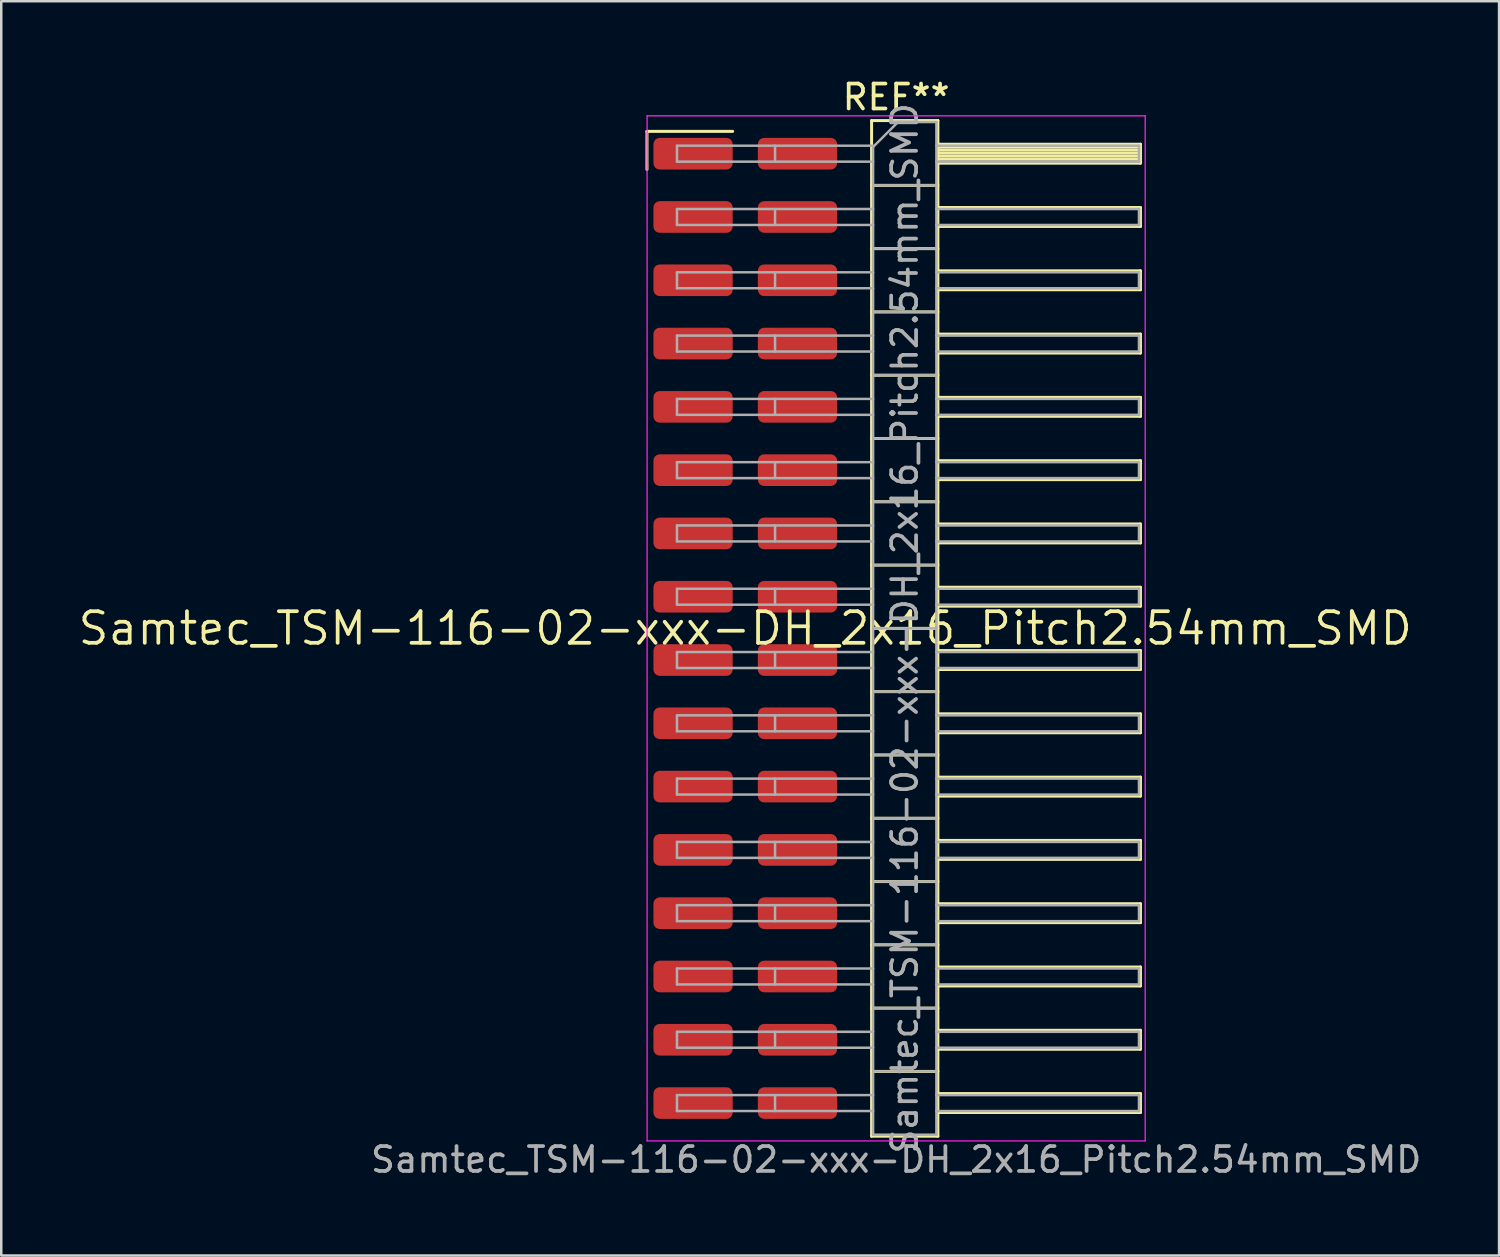
<source format=kicad_pcb>
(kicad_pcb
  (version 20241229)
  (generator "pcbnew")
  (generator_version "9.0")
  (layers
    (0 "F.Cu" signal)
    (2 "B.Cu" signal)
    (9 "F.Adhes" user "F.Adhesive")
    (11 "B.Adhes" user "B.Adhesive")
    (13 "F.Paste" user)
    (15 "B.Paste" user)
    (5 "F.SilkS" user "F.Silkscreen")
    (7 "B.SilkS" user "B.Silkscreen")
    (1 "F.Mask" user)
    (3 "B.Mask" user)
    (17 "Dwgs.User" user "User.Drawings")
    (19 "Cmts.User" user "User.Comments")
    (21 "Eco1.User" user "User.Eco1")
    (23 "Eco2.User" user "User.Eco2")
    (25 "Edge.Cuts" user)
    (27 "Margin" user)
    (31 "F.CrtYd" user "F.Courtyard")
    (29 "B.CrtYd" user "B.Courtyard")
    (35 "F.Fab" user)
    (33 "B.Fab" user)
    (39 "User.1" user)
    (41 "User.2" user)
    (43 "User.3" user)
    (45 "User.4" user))
  (footprint "Samtec_TSM-116-02-xxx-DH_2x16_Pitch2.54mm_SMD"
    (layer "F.Cu")
    (at 26.859 22.168)
    (property "Reference" "Samtec_TSM-116-02-xxx-DH_2x16_Pitch2.54mm_SMD" (at 0 0 0) (layer "F.SilkS") (effects (font (size 1.27 1.27) (thickness 0.15))))
    (attr smd)
    (fp_line (start -3.945 -19.945) (end -0.505 -19.945) (stroke (width 0.12) (type solid)) (layer "F.SilkS"))
    (fp_line (start -3.945 -18.415) (end -3.945 -19.945) (stroke (width 0.12) (type solid)) (layer "F.SilkS"))
    (fp_line (start 5.07 -20.38) (end 7.73 -20.38) (stroke (width 0.12) (type solid)) (layer "F.SilkS"))
    (fp_line (start 5.07 -17.78) (end 7.73 -17.78) (stroke (width 0.12) (type solid)) (layer "F.SilkS"))
    (fp_line (start 5.07 -15.24) (end 7.73 -15.24) (stroke (width 0.12) (type solid)) (layer "F.SilkS"))
    (fp_line (start 5.07 -12.7) (end 7.73 -12.7) (stroke (width 0.12) (type solid)) (layer "F.SilkS"))
    (fp_line (start 5.07 -10.16) (end 7.73 -10.16) (stroke (width 0.12) (type solid)) (layer "F.SilkS"))
    (fp_line (start 5.07 -7.62) (end 7.73 -7.62) (stroke (width 0.12) (type solid)) (layer "F.SilkS"))
    (fp_line (start 5.07 -5.08) (end 7.73 -5.08) (stroke (width 0.12) (type solid)) (layer "F.SilkS"))
    (fp_line (start 5.07 -2.54) (end 7.73 -2.54) (stroke (width 0.12) (type solid)) (layer "F.SilkS"))
    (fp_line (start 5.07 0) (end 7.73 0) (stroke (width 0.12) (type solid)) (layer "F.SilkS"))
    (fp_line (start 5.07 2.54) (end 7.73 2.54) (stroke (width 0.12) (type solid)) (layer "F.SilkS"))
    (fp_line (start 5.07 5.08) (end 7.73 5.08) (stroke (width 0.12) (type solid)) (layer "F.SilkS"))
    (fp_line (start 5.07 7.62) (end 7.73 7.62) (stroke (width 0.12) (type solid)) (layer "F.SilkS"))
    (fp_line (start 5.07 10.16) (end 7.73 10.16) (stroke (width 0.12) (type solid)) (layer "F.SilkS"))
    (fp_line (start 5.07 12.7) (end 7.73 12.7) (stroke (width 0.12) (type solid)) (layer "F.SilkS"))
    (fp_line (start 5.07 15.24) (end 7.73 15.24) (stroke (width 0.12) (type solid)) (layer "F.SilkS"))
    (fp_line (start 5.07 17.78) (end 7.73 17.78) (stroke (width 0.12) (type solid)) (layer "F.SilkS"))
    (fp_line (start 5.07 20.38) (end 5.07 -20.38) (stroke (width 0.12) (type solid)) (layer "F.SilkS"))
    (fp_line (start 7.73 -20.38) (end 7.73 20.38) (stroke (width 0.12) (type solid)) (layer "F.SilkS"))
    (fp_line (start 7.73 -19.43) (end 15.86 -19.43) (stroke (width 0.12) (type solid)) (layer "F.SilkS"))
    (fp_line (start 7.73 -19.31) (end 15.86 -19.31) (stroke (width 0.12) (type solid)) (layer "F.SilkS"))
    (fp_line (start 7.73 -19.19) (end 15.86 -19.19) (stroke (width 0.12) (type solid)) (layer "F.SilkS"))
    (fp_line (start 7.73 -19.07) (end 15.86 -19.07) (stroke (width 0.12) (type solid)) (layer "F.SilkS"))
    (fp_line (start 7.73 -18.95) (end 15.86 -18.95) (stroke (width 0.12) (type solid)) (layer "F.SilkS"))
    (fp_line (start 7.73 -18.83) (end 15.86 -18.83) (stroke (width 0.12) (type solid)) (layer "F.SilkS"))
    (fp_line (start 7.73 -18.71) (end 15.86 -18.71) (stroke (width 0.12) (type solid)) (layer "F.SilkS"))
    (fp_line (start 7.73 -18.67) (end 15.86 -18.67) (stroke (width 0.12) (type solid)) (layer "F.SilkS"))
    (fp_line (start 7.73 -16.89) (end 15.86 -16.89) (stroke (width 0.12) (type solid)) (layer "F.SilkS"))
    (fp_line (start 7.73 -16.13) (end 15.86 -16.13) (stroke (width 0.12) (type solid)) (layer "F.SilkS"))
    (fp_line (start 7.73 -14.35) (end 15.86 -14.35) (stroke (width 0.12) (type solid)) (layer "F.SilkS"))
    (fp_line (start 7.73 -13.59) (end 15.86 -13.59) (stroke (width 0.12) (type solid)) (layer "F.SilkS"))
    (fp_line (start 7.73 -11.81) (end 15.86 -11.81) (stroke (width 0.12) (type solid)) (layer "F.SilkS"))
    (fp_line (start 7.73 -11.05) (end 15.86 -11.05) (stroke (width 0.12) (type solid)) (layer "F.SilkS"))
    (fp_line (start 7.73 -9.27) (end 15.86 -9.27) (stroke (width 0.12) (type solid)) (layer "F.SilkS"))
    (fp_line (start 7.73 -8.51) (end 15.86 -8.51) (stroke (width 0.12) (type solid)) (layer "F.SilkS"))
    (fp_line (start 7.73 -6.73) (end 15.86 -6.73) (stroke (width 0.12) (type solid)) (layer "F.SilkS"))
    (fp_line (start 7.73 -5.97) (end 15.86 -5.97) (stroke (width 0.12) (type solid)) (layer "F.SilkS"))
    (fp_line (start 7.73 -4.19) (end 15.86 -4.19) (stroke (width 0.12) (type solid)) (layer "F.SilkS"))
    (fp_line (start 7.73 -3.43) (end 15.86 -3.43) (stroke (width 0.12) (type solid)) (layer "F.SilkS"))
    (fp_line (start 7.73 -1.65) (end 15.86 -1.65) (stroke (width 0.12) (type solid)) (layer "F.SilkS"))
    (fp_line (start 7.73 -0.89) (end 15.86 -0.89) (stroke (width 0.12) (type solid)) (layer "F.SilkS"))
    (fp_line (start 7.73 0.89) (end 15.86 0.89) (stroke (width 0.12) (type solid)) (layer "F.SilkS"))
    (fp_line (start 7.73 1.65) (end 15.86 1.65) (stroke (width 0.12) (type solid)) (layer "F.SilkS"))
    (fp_line (start 7.73 3.43) (end 15.86 3.43) (stroke (width 0.12) (type solid)) (layer "F.SilkS"))
    (fp_line (start 7.73 4.19) (end 15.86 4.19) (stroke (width 0.12) (type solid)) (layer "F.SilkS"))
    (fp_line (start 7.73 5.97) (end 15.86 5.97) (stroke (width 0.12) (type solid)) (layer "F.SilkS"))
    (fp_line (start 7.73 6.73) (end 15.86 6.73) (stroke (width 0.12) (type solid)) (layer "F.SilkS"))
    (fp_line (start 7.73 8.51) (end 15.86 8.51) (stroke (width 0.12) (type solid)) (layer "F.SilkS"))
    (fp_line (start 7.73 9.27) (end 15.86 9.27) (stroke (width 0.12) (type solid)) (layer "F.SilkS"))
    (fp_line (start 7.73 11.05) (end 15.86 11.05) (stroke (width 0.12) (type solid)) (layer "F.SilkS"))
    (fp_line (start 7.73 11.81) (end 15.86 11.81) (stroke (width 0.12) (type solid)) (layer "F.SilkS"))
    (fp_line (start 7.73 13.59) (end 15.86 13.59) (stroke (width 0.12) (type solid)) (layer "F.SilkS"))
    (fp_line (start 7.73 14.35) (end 15.86 14.35) (stroke (width 0.12) (type solid)) (layer "F.SilkS"))
    (fp_line (start 7.73 16.13) (end 15.86 16.13) (stroke (width 0.12) (type solid)) (layer "F.SilkS"))
    (fp_line (start 7.73 16.89) (end 15.86 16.89) (stroke (width 0.12) (type solid)) (layer "F.SilkS"))
    (fp_line (start 7.73 18.67) (end 15.86 18.67) (stroke (width 0.12) (type solid)) (layer "F.SilkS"))
    (fp_line (start 7.73 19.43) (end 15.86 19.43) (stroke (width 0.12) (type solid)) (layer "F.SilkS"))
    (fp_line (start 7.73 20.38) (end 5.07 20.38) (stroke (width 0.12) (type solid)) (layer "F.SilkS"))
    (fp_line (start 15.86 -19.43) (end 15.86 -18.67) (stroke (width 0.12) (type solid)) (layer "F.SilkS"))
    (fp_line (start 15.86 -16.89) (end 15.86 -16.13) (stroke (width 0.12) (type solid)) (layer "F.SilkS"))
    (fp_line (start 15.86 -14.35) (end 15.86 -13.59) (stroke (width 0.12) (type solid)) (layer "F.SilkS"))
    (fp_line (start 15.86 -11.81) (end 15.86 -11.05) (stroke (width 0.12) (type solid)) (layer "F.SilkS"))
    (fp_line (start 15.86 -9.27) (end 15.86 -8.51) (stroke (width 0.12) (type solid)) (layer "F.SilkS"))
    (fp_line (start 15.86 -6.73) (end 15.86 -5.97) (stroke (width 0.12) (type solid)) (layer "F.SilkS"))
    (fp_line (start 15.86 -4.19) (end 15.86 -3.43) (stroke (width 0.12) (type solid)) (layer "F.SilkS"))
    (fp_line (start 15.86 -1.65) (end 15.86 -0.89) (stroke (width 0.12) (type solid)) (layer "F.SilkS"))
    (fp_line (start 15.86 0.89) (end 15.86 1.65) (stroke (width 0.12) (type solid)) (layer "F.SilkS"))
    (fp_line (start 15.86 3.43) (end 15.86 4.19) (stroke (width 0.12) (type solid)) (layer "F.SilkS"))
    (fp_line (start 15.86 5.97) (end 15.86 6.73) (stroke (width 0.12) (type solid)) (layer "F.SilkS"))
    (fp_line (start 15.86 8.51) (end 15.86 9.27) (stroke (width 0.12) (type solid)) (layer "F.SilkS"))
    (fp_line (start 15.86 11.05) (end 15.86 11.81) (stroke (width 0.12) (type solid)) (layer "F.SilkS"))
    (fp_line (start 15.86 13.59) (end 15.86 14.35) (stroke (width 0.12) (type solid)) (layer "F.SilkS"))
    (fp_line (start 15.86 16.13) (end 15.86 16.89) (stroke (width 0.12) (type solid)) (layer "F.SilkS"))
    (fp_line (start 15.86 18.67) (end 15.86 19.43) (stroke (width 0.12) (type solid)) (layer "F.SilkS"))
    (fp_line (start -3.94 -20.57) (end 16.05 -20.57) (stroke (width 0.05) (type solid)) (layer "F.CrtYd"))
    (fp_line (start -3.94 20.57) (end -3.94 -20.57) (stroke (width 0.05) (type solid)) (layer "F.CrtYd"))
    (fp_line (start 16.05 -20.57) (end 16.05 20.57) (stroke (width 0.05) (type solid)) (layer "F.CrtYd"))
    (fp_line (start 16.05 20.57) (end -3.94 20.57) (stroke (width 0.05) (type solid)) (layer "F.CrtYd"))
    (fp_line (start -2.74 -19.37) (end -2.74 -18.73) (stroke (width 0.1) (type solid)) (layer "F.Fab"))
    (fp_line (start -2.74 -19.37) (end 5.13 -19.37) (stroke (width 0.1) (type solid)) (layer "F.Fab"))
    (fp_line (start -2.74 -18.73) (end 5.13 -18.73) (stroke (width 0.1) (type solid)) (layer "F.Fab"))
    (fp_line (start -2.74 -16.83) (end -2.74 -16.19) (stroke (width 0.1) (type solid)) (layer "F.Fab"))
    (fp_line (start -2.74 -16.83) (end 5.13 -16.83) (stroke (width 0.1) (type solid)) (layer "F.Fab"))
    (fp_line (start -2.74 -16.19) (end 5.13 -16.19) (stroke (width 0.1) (type solid)) (layer "F.Fab"))
    (fp_line (start -2.74 -14.29) (end -2.74 -13.65) (stroke (width 0.1) (type solid)) (layer "F.Fab"))
    (fp_line (start -2.74 -14.29) (end 5.13 -14.29) (stroke (width 0.1) (type solid)) (layer "F.Fab"))
    (fp_line (start -2.74 -13.65) (end 5.13 -13.65) (stroke (width 0.1) (type solid)) (layer "F.Fab"))
    (fp_line (start -2.74 -11.75) (end -2.74 -11.11) (stroke (width 0.1) (type solid)) (layer "F.Fab"))
    (fp_line (start -2.74 -11.75) (end 5.13 -11.75) (stroke (width 0.1) (type solid)) (layer "F.Fab"))
    (fp_line (start -2.74 -11.11) (end 5.13 -11.11) (stroke (width 0.1) (type solid)) (layer "F.Fab"))
    (fp_line (start -2.74 -9.21) (end -2.74 -8.57) (stroke (width 0.1) (type solid)) (layer "F.Fab"))
    (fp_line (start -2.74 -9.21) (end 5.13 -9.21) (stroke (width 0.1) (type solid)) (layer "F.Fab"))
    (fp_line (start -2.74 -8.57) (end 5.13 -8.57) (stroke (width 0.1) (type solid)) (layer "F.Fab"))
    (fp_line (start -2.74 -6.67) (end -2.74 -6.03) (stroke (width 0.1) (type solid)) (layer "F.Fab"))
    (fp_line (start -2.74 -6.67) (end 5.13 -6.67) (stroke (width 0.1) (type solid)) (layer "F.Fab"))
    (fp_line (start -2.74 -6.03) (end 5.13 -6.03) (stroke (width 0.1) (type solid)) (layer "F.Fab"))
    (fp_line (start -2.74 -4.13) (end -2.74 -3.49) (stroke (width 0.1) (type solid)) (layer "F.Fab"))
    (fp_line (start -2.74 -4.13) (end 5.13 -4.13) (stroke (width 0.1) (type solid)) (layer "F.Fab"))
    (fp_line (start -2.74 -3.49) (end 5.13 -3.49) (stroke (width 0.1) (type solid)) (layer "F.Fab"))
    (fp_line (start -2.74 -1.59) (end -2.74 -0.95) (stroke (width 0.1) (type solid)) (layer "F.Fab"))
    (fp_line (start -2.74 -1.59) (end 5.13 -1.59) (stroke (width 0.1) (type solid)) (layer "F.Fab"))
    (fp_line (start -2.74 -0.95) (end 5.13 -0.95) (stroke (width 0.1) (type solid)) (layer "F.Fab"))
    (fp_line (start -2.74 0.95) (end -2.74 1.59) (stroke (width 0.1) (type solid)) (layer "F.Fab"))
    (fp_line (start -2.74 0.95) (end 5.13 0.95) (stroke (width 0.1) (type solid)) (layer "F.Fab"))
    (fp_line (start -2.74 1.59) (end 5.13 1.59) (stroke (width 0.1) (type solid)) (layer "F.Fab"))
    (fp_line (start -2.74 3.49) (end -2.74 4.13) (stroke (width 0.1) (type solid)) (layer "F.Fab"))
    (fp_line (start -2.74 3.49) (end 5.13 3.49) (stroke (width 0.1) (type solid)) (layer "F.Fab"))
    (fp_line (start -2.74 4.13) (end 5.13 4.13) (stroke (width 0.1) (type solid)) (layer "F.Fab"))
    (fp_line (start -2.74 6.03) (end -2.74 6.67) (stroke (width 0.1) (type solid)) (layer "F.Fab"))
    (fp_line (start -2.74 6.03) (end 5.13 6.03) (stroke (width 0.1) (type solid)) (layer "F.Fab"))
    (fp_line (start -2.74 6.67) (end 5.13 6.67) (stroke (width 0.1) (type solid)) (layer "F.Fab"))
    (fp_line (start -2.74 8.57) (end -2.74 9.21) (stroke (width 0.1) (type solid)) (layer "F.Fab"))
    (fp_line (start -2.74 8.57) (end 5.13 8.57) (stroke (width 0.1) (type solid)) (layer "F.Fab"))
    (fp_line (start -2.74 9.21) (end 5.13 9.21) (stroke (width 0.1) (type solid)) (layer "F.Fab"))
    (fp_line (start -2.74 11.11) (end -2.74 11.75) (stroke (width 0.1) (type solid)) (layer "F.Fab"))
    (fp_line (start -2.74 11.11) (end 5.13 11.11) (stroke (width 0.1) (type solid)) (layer "F.Fab"))
    (fp_line (start -2.74 11.75) (end 5.13 11.75) (stroke (width 0.1) (type solid)) (layer "F.Fab"))
    (fp_line (start -2.74 13.65) (end -2.74 14.29) (stroke (width 0.1) (type solid)) (layer "F.Fab"))
    (fp_line (start -2.74 13.65) (end 5.13 13.65) (stroke (width 0.1) (type solid)) (layer "F.Fab"))
    (fp_line (start -2.74 14.29) (end 5.13 14.29) (stroke (width 0.1) (type solid)) (layer "F.Fab"))
    (fp_line (start -2.74 16.19) (end -2.74 16.83) (stroke (width 0.1) (type solid)) (layer "F.Fab"))
    (fp_line (start -2.74 16.19) (end 5.13 16.19) (stroke (width 0.1) (type solid)) (layer "F.Fab"))
    (fp_line (start -2.74 16.83) (end 5.13 16.83) (stroke (width 0.1) (type solid)) (layer "F.Fab"))
    (fp_line (start -2.74 18.73) (end -2.74 19.37) (stroke (width 0.1) (type solid)) (layer "F.Fab"))
    (fp_line (start -2.74 18.73) (end 5.13 18.73) (stroke (width 0.1) (type solid)) (layer "F.Fab"))
    (fp_line (start -2.74 19.37) (end 5.13 19.37) (stroke (width 0.1) (type solid)) (layer "F.Fab"))
    (fp_line (start 1.195 -19.37) (end 1.195 -18.73) (stroke (width 0.1) (type solid)) (layer "F.Fab"))
    (fp_line (start 1.195 -16.83) (end 1.195 -16.19) (stroke (width 0.1) (type solid)) (layer "F.Fab"))
    (fp_line (start 1.195 -14.29) (end 1.195 -13.65) (stroke (width 0.1) (type solid)) (layer "F.Fab"))
    (fp_line (start 1.195 -11.75) (end 1.195 -11.11) (stroke (width 0.1) (type solid)) (layer "F.Fab"))
    (fp_line (start 1.195 -9.21) (end 1.195 -8.57) (stroke (width 0.1) (type solid)) (layer "F.Fab"))
    (fp_line (start 1.195 -6.67) (end 1.195 -6.03) (stroke (width 0.1) (type solid)) (layer "F.Fab"))
    (fp_line (start 1.195 -4.13) (end 1.195 -3.49) (stroke (width 0.1) (type solid)) (layer "F.Fab"))
    (fp_line (start 1.195 -1.59) (end 1.195 -0.95) (stroke (width 0.1) (type solid)) (layer "F.Fab"))
    (fp_line (start 1.195 0.95) (end 1.195 1.59) (stroke (width 0.1) (type solid)) (layer "F.Fab"))
    (fp_line (start 1.195 3.49) (end 1.195 4.13) (stroke (width 0.1) (type solid)) (layer "F.Fab"))
    (fp_line (start 1.195 6.03) (end 1.195 6.67) (stroke (width 0.1) (type solid)) (layer "F.Fab"))
    (fp_line (start 1.195 8.57) (end 1.195 9.21) (stroke (width 0.1) (type solid)) (layer "F.Fab"))
    (fp_line (start 1.195 11.11) (end 1.195 11.75) (stroke (width 0.1) (type solid)) (layer "F.Fab"))
    (fp_line (start 1.195 13.65) (end 1.195 14.29) (stroke (width 0.1) (type solid)) (layer "F.Fab"))
    (fp_line (start 1.195 16.19) (end 1.195 16.83) (stroke (width 0.1) (type solid)) (layer "F.Fab"))
    (fp_line (start 1.195 18.73) (end 1.195 19.37) (stroke (width 0.1) (type solid)) (layer "F.Fab"))
    (fp_line (start 5.13 -19.32) (end 6.13 -20.32) (stroke (width 0.1) (type solid)) (layer "F.Fab"))
    (fp_line (start 5.13 -17.78) (end 7.67 -17.78) (stroke (width 0.1) (type solid)) (layer "F.Fab"))
    (fp_line (start 5.13 -15.24) (end 7.67 -15.24) (stroke (width 0.1) (type solid)) (layer "F.Fab"))
    (fp_line (start 5.13 -12.7) (end 7.67 -12.7) (stroke (width 0.1) (type solid)) (layer "F.Fab"))
    (fp_line (start 5.13 -10.16) (end 7.67 -10.16) (stroke (width 0.1) (type solid)) (layer "F.Fab"))
    (fp_line (start 5.13 -7.62) (end 7.67 -7.62) (stroke (width 0.1) (type solid)) (layer "F.Fab"))
    (fp_line (start 5.13 -5.08) (end 7.67 -5.08) (stroke (width 0.1) (type solid)) (layer "F.Fab"))
    (fp_line (start 5.13 -2.54) (end 7.67 -2.54) (stroke (width 0.1) (type solid)) (layer "F.Fab"))
    (fp_line (start 5.13 0) (end 7.67 0) (stroke (width 0.1) (type solid)) (layer "F.Fab"))
    (fp_line (start 5.13 2.54) (end 7.67 2.54) (stroke (width 0.1) (type solid)) (layer "F.Fab"))
    (fp_line (start 5.13 5.08) (end 7.67 5.08) (stroke (width 0.1) (type solid)) (layer "F.Fab"))
    (fp_line (start 5.13 7.62) (end 7.67 7.62) (stroke (width 0.1) (type solid)) (layer "F.Fab"))
    (fp_line (start 5.13 10.16) (end 7.67 10.16) (stroke (width 0.1) (type solid)) (layer "F.Fab"))
    (fp_line (start 5.13 12.7) (end 7.67 12.7) (stroke (width 0.1) (type solid)) (layer "F.Fab"))
    (fp_line (start 5.13 15.24) (end 7.67 15.24) (stroke (width 0.1) (type solid)) (layer "F.Fab"))
    (fp_line (start 5.13 17.78) (end 7.67 17.78) (stroke (width 0.1) (type solid)) (layer "F.Fab"))
    (fp_line (start 5.13 20.32) (end 5.13 -19.32) (stroke (width 0.1) (type solid)) (layer "F.Fab"))
    (fp_line (start 6.13 -20.32) (end 7.67 -20.32) (stroke (width 0.1) (type solid)) (layer "F.Fab"))
    (fp_line (start 7.67 -20.32) (end 7.67 20.32) (stroke (width 0.1) (type solid)) (layer "F.Fab"))
    (fp_line (start 7.67 -19.37) (end 15.8 -19.37) (stroke (width 0.1) (type solid)) (layer "F.Fab"))
    (fp_line (start 7.67 -18.73) (end 15.8 -18.73) (stroke (width 0.1) (type solid)) (layer "F.Fab"))
    (fp_line (start 7.67 -16.83) (end 15.8 -16.83) (stroke (width 0.1) (type solid)) (layer "F.Fab"))
    (fp_line (start 7.67 -16.19) (end 15.8 -16.19) (stroke (width 0.1) (type solid)) (layer "F.Fab"))
    (fp_line (start 7.67 -14.29) (end 15.8 -14.29) (stroke (width 0.1) (type solid)) (layer "F.Fab"))
    (fp_line (start 7.67 -13.65) (end 15.8 -13.65) (stroke (width 0.1) (type solid)) (layer "F.Fab"))
    (fp_line (start 7.67 -11.75) (end 15.8 -11.75) (stroke (width 0.1) (type solid)) (layer "F.Fab"))
    (fp_line (start 7.67 -11.11) (end 15.8 -11.11) (stroke (width 0.1) (type solid)) (layer "F.Fab"))
    (fp_line (start 7.67 -9.21) (end 15.8 -9.21) (stroke (width 0.1) (type solid)) (layer "F.Fab"))
    (fp_line (start 7.67 -8.57) (end 15.8 -8.57) (stroke (width 0.1) (type solid)) (layer "F.Fab"))
    (fp_line (start 7.67 -6.67) (end 15.8 -6.67) (stroke (width 0.1) (type solid)) (layer "F.Fab"))
    (fp_line (start 7.67 -6.03) (end 15.8 -6.03) (stroke (width 0.1) (type solid)) (layer "F.Fab"))
    (fp_line (start 7.67 -4.13) (end 15.8 -4.13) (stroke (width 0.1) (type solid)) (layer "F.Fab"))
    (fp_line (start 7.67 -3.49) (end 15.8 -3.49) (stroke (width 0.1) (type solid)) (layer "F.Fab"))
    (fp_line (start 7.67 -1.59) (end 15.8 -1.59) (stroke (width 0.1) (type solid)) (layer "F.Fab"))
    (fp_line (start 7.67 -0.95) (end 15.8 -0.95) (stroke (width 0.1) (type solid)) (layer "F.Fab"))
    (fp_line (start 7.67 0.95) (end 15.8 0.95) (stroke (width 0.1) (type solid)) (layer "F.Fab"))
    (fp_line (start 7.67 1.59) (end 15.8 1.59) (stroke (width 0.1) (type solid)) (layer "F.Fab"))
    (fp_line (start 7.67 3.49) (end 15.8 3.49) (stroke (width 0.1) (type solid)) (layer "F.Fab"))
    (fp_line (start 7.67 4.13) (end 15.8 4.13) (stroke (width 0.1) (type solid)) (layer "F.Fab"))
    (fp_line (start 7.67 6.03) (end 15.8 6.03) (stroke (width 0.1) (type solid)) (layer "F.Fab"))
    (fp_line (start 7.67 6.67) (end 15.8 6.67) (stroke (width 0.1) (type solid)) (layer "F.Fab"))
    (fp_line (start 7.67 8.57) (end 15.8 8.57) (stroke (width 0.1) (type solid)) (layer "F.Fab"))
    (fp_line (start 7.67 9.21) (end 15.8 9.21) (stroke (width 0.1) (type solid)) (layer "F.Fab"))
    (fp_line (start 7.67 11.11) (end 15.8 11.11) (stroke (width 0.1) (type solid)) (layer "F.Fab"))
    (fp_line (start 7.67 11.75) (end 15.8 11.75) (stroke (width 0.1) (type solid)) (layer "F.Fab"))
    (fp_line (start 7.67 13.65) (end 15.8 13.65) (stroke (width 0.1) (type solid)) (layer "F.Fab"))
    (fp_line (start 7.67 14.29) (end 15.8 14.29) (stroke (width 0.1) (type solid)) (layer "F.Fab"))
    (fp_line (start 7.67 16.19) (end 15.8 16.19) (stroke (width 0.1) (type solid)) (layer "F.Fab"))
    (fp_line (start 7.67 16.83) (end 15.8 16.83) (stroke (width 0.1) (type solid)) (layer "F.Fab"))
    (fp_line (start 7.67 18.73) (end 15.8 18.73) (stroke (width 0.1) (type solid)) (layer "F.Fab"))
    (fp_line (start 7.67 19.37) (end 15.8 19.37) (stroke (width 0.1) (type solid)) (layer "F.Fab"))
    (fp_line (start 7.67 20.32) (end 5.13 20.32) (stroke (width 0.1) (type solid)) (layer "F.Fab"))
    (fp_line (start 15.8 -19.37) (end 15.8 -18.73) (stroke (width 0.1) (type solid)) (layer "F.Fab"))
    (fp_line (start 15.8 -16.83) (end 15.8 -16.19) (stroke (width 0.1) (type solid)) (layer "F.Fab"))
    (fp_line (start 15.8 -14.29) (end 15.8 -13.65) (stroke (width 0.1) (type solid)) (layer "F.Fab"))
    (fp_line (start 15.8 -11.75) (end 15.8 -11.11) (stroke (width 0.1) (type solid)) (layer "F.Fab"))
    (fp_line (start 15.8 -9.21) (end 15.8 -8.57) (stroke (width 0.1) (type solid)) (layer "F.Fab"))
    (fp_line (start 15.8 -6.67) (end 15.8 -6.03) (stroke (width 0.1) (type solid)) (layer "F.Fab"))
    (fp_line (start 15.8 -4.13) (end 15.8 -3.49) (stroke (width 0.1) (type solid)) (layer "F.Fab"))
    (fp_line (start 15.8 -1.59) (end 15.8 -0.95) (stroke (width 0.1) (type solid)) (layer "F.Fab"))
    (fp_line (start 15.8 0.95) (end 15.8 1.59) (stroke (width 0.1) (type solid)) (layer "F.Fab"))
    (fp_line (start 15.8 3.49) (end 15.8 4.13) (stroke (width 0.1) (type solid)) (layer "F.Fab"))
    (fp_line (start 15.8 6.03) (end 15.8 6.67) (stroke (width 0.1) (type solid)) (layer "F.Fab"))
    (fp_line (start 15.8 8.57) (end 15.8 9.21) (stroke (width 0.1) (type solid)) (layer "F.Fab"))
    (fp_line (start 15.8 11.11) (end 15.8 11.75) (stroke (width 0.1) (type solid)) (layer "F.Fab"))
    (fp_line (start 15.8 13.65) (end 15.8 14.29) (stroke (width 0.1) (type solid)) (layer "F.Fab"))
    (fp_line (start 15.8 16.19) (end 15.8 16.83) (stroke (width 0.1) (type solid)) (layer "F.Fab"))
    (fp_line (start 15.8 18.73) (end 15.8 19.37) (stroke (width 0.1) (type solid)) (layer "F.Fab"))
    (fp_text user "REF**" (at 6.055 -21.32 0) (layer "F.SilkS") (effects (font (size 1 1) (thickness 0.15))))
    (fp_text user "${REFERENCE}" (at 6.4 0 90) (layer "F.Fab") (effects (font (size 1 1) (thickness 0.15))))
    (fp_text user "Samtec_TSM-116-02-xxx-DH_2x16_Pitch2.54mm_SMD" (at 6.055 21.32 0) (layer "F.Fab") (effects (font (size 1 1) (thickness 0.15))))
    (pad "1" smd roundrect (at -2.095 -19.05) (size 3.18 1.27) (layers "F.Cu" "F.Mask" "F.Paste") (roundrect_rratio 0.197))
    (pad "2" smd roundrect (at 2.095 -19.05) (size 3.18 1.27) (layers "F.Cu" "F.Mask" "F.Paste") (roundrect_rratio 0.197))
    (pad "3" smd roundrect (at -2.095 -16.51) (size 3.18 1.27) (layers "F.Cu" "F.Mask" "F.Paste") (roundrect_rratio 0.197))
    (pad "4" smd roundrect (at 2.095 -16.51) (size 3.18 1.27) (layers "F.Cu" "F.Mask" "F.Paste") (roundrect_rratio 0.197))
    (pad "5" smd roundrect (at -2.095 -13.97) (size 3.18 1.27) (layers "F.Cu" "F.Mask" "F.Paste") (roundrect_rratio 0.197))
    (pad "6" smd roundrect (at 2.095 -13.97) (size 3.18 1.27) (layers "F.Cu" "F.Mask" "F.Paste") (roundrect_rratio 0.197))
    (pad "7" smd roundrect (at -2.095 -11.43) (size 3.18 1.27) (layers "F.Cu" "F.Mask" "F.Paste") (roundrect_rratio 0.197))
    (pad "8" smd roundrect (at 2.095 -11.43) (size 3.18 1.27) (layers "F.Cu" "F.Mask" "F.Paste") (roundrect_rratio 0.197))
    (pad "9" smd roundrect (at -2.095 -8.89) (size 3.18 1.27) (layers "F.Cu" "F.Mask" "F.Paste") (roundrect_rratio 0.197))
    (pad "10" smd roundrect (at 2.095 -8.89) (size 3.18 1.27) (layers "F.Cu" "F.Mask" "F.Paste") (roundrect_rratio 0.197))
    (pad "11" smd roundrect (at -2.095 -6.35) (size 3.18 1.27) (layers "F.Cu" "F.Mask" "F.Paste") (roundrect_rratio 0.197))
    (pad "12" smd roundrect (at 2.095 -6.35) (size 3.18 1.27) (layers "F.Cu" "F.Mask" "F.Paste") (roundrect_rratio 0.197))
    (pad "13" smd roundrect (at -2.095 -3.81) (size 3.18 1.27) (layers "F.Cu" "F.Mask" "F.Paste") (roundrect_rratio 0.197))
    (pad "14" smd roundrect (at 2.095 -3.81) (size 3.18 1.27) (layers "F.Cu" "F.Mask" "F.Paste") (roundrect_rratio 0.197))
    (pad "15" smd roundrect (at -2.095 -1.27) (size 3.18 1.27) (layers "F.Cu" "F.Mask" "F.Paste") (roundrect_rratio 0.197))
    (pad "16" smd roundrect (at 2.095 -1.27) (size 3.18 1.27) (layers "F.Cu" "F.Mask" "F.Paste") (roundrect_rratio 0.197))
    (pad "17" smd roundrect (at -2.095 1.27) (size 3.18 1.27) (layers "F.Cu" "F.Mask" "F.Paste") (roundrect_rratio 0.197))
    (pad "18" smd roundrect (at 2.095 1.27) (size 3.18 1.27) (layers "F.Cu" "F.Mask" "F.Paste") (roundrect_rratio 0.197))
    (pad "19" smd roundrect (at -2.095 3.81) (size 3.18 1.27) (layers "F.Cu" "F.Mask" "F.Paste") (roundrect_rratio 0.197))
    (pad "20" smd roundrect (at 2.095 3.81) (size 3.18 1.27) (layers "F.Cu" "F.Mask" "F.Paste") (roundrect_rratio 0.197))
    (pad "21" smd roundrect (at -2.095 6.35) (size 3.18 1.27) (layers "F.Cu" "F.Mask" "F.Paste") (roundrect_rratio 0.197))
    (pad "22" smd roundrect (at 2.095 6.35) (size 3.18 1.27) (layers "F.Cu" "F.Mask" "F.Paste") (roundrect_rratio 0.197))
    (pad "23" smd roundrect (at -2.095 8.89) (size 3.18 1.27) (layers "F.Cu" "F.Mask" "F.Paste") (roundrect_rratio 0.197))
    (pad "24" smd roundrect (at 2.095 8.89) (size 3.18 1.27) (layers "F.Cu" "F.Mask" "F.Paste") (roundrect_rratio 0.197))
    (pad "25" smd roundrect (at -2.095 11.43) (size 3.18 1.27) (layers "F.Cu" "F.Mask" "F.Paste") (roundrect_rratio 0.197))
    (pad "26" smd roundrect (at 2.095 11.43) (size 3.18 1.27) (layers "F.Cu" "F.Mask" "F.Paste") (roundrect_rratio 0.197))
    (pad "27" smd roundrect (at -2.095 13.97) (size 3.18 1.27) (layers "F.Cu" "F.Mask" "F.Paste") (roundrect_rratio 0.197))
    (pad "28" smd roundrect (at 2.095 13.97) (size 3.18 1.27) (layers "F.Cu" "F.Mask" "F.Paste") (roundrect_rratio 0.197))
    (pad "29" smd roundrect (at -2.095 16.51) (size 3.18 1.27) (layers "F.Cu" "F.Mask" "F.Paste") (roundrect_rratio 0.197))
    (pad "30" smd roundrect (at 2.095 16.51) (size 3.18 1.27) (layers "F.Cu" "F.Mask" "F.Paste") (roundrect_rratio 0.197))
    (pad "31" smd roundrect (at -2.095 19.05) (size 3.18 1.27) (layers "F.Cu" "F.Mask" "F.Paste") (roundrect_rratio 0.197))
    (pad "32" smd roundrect (at 2.095 19.05) (size 3.18 1.27) (layers "F.Cu" "F.Mask" "F.Paste") (roundrect_rratio 0.197)))
  (gr_rect
    (start -3 -3)
    (end 57.11 47.337)
    (stroke (width 0.1) (type default))
    (fill no)
    (layer "Edge.Cuts")))
</source>
